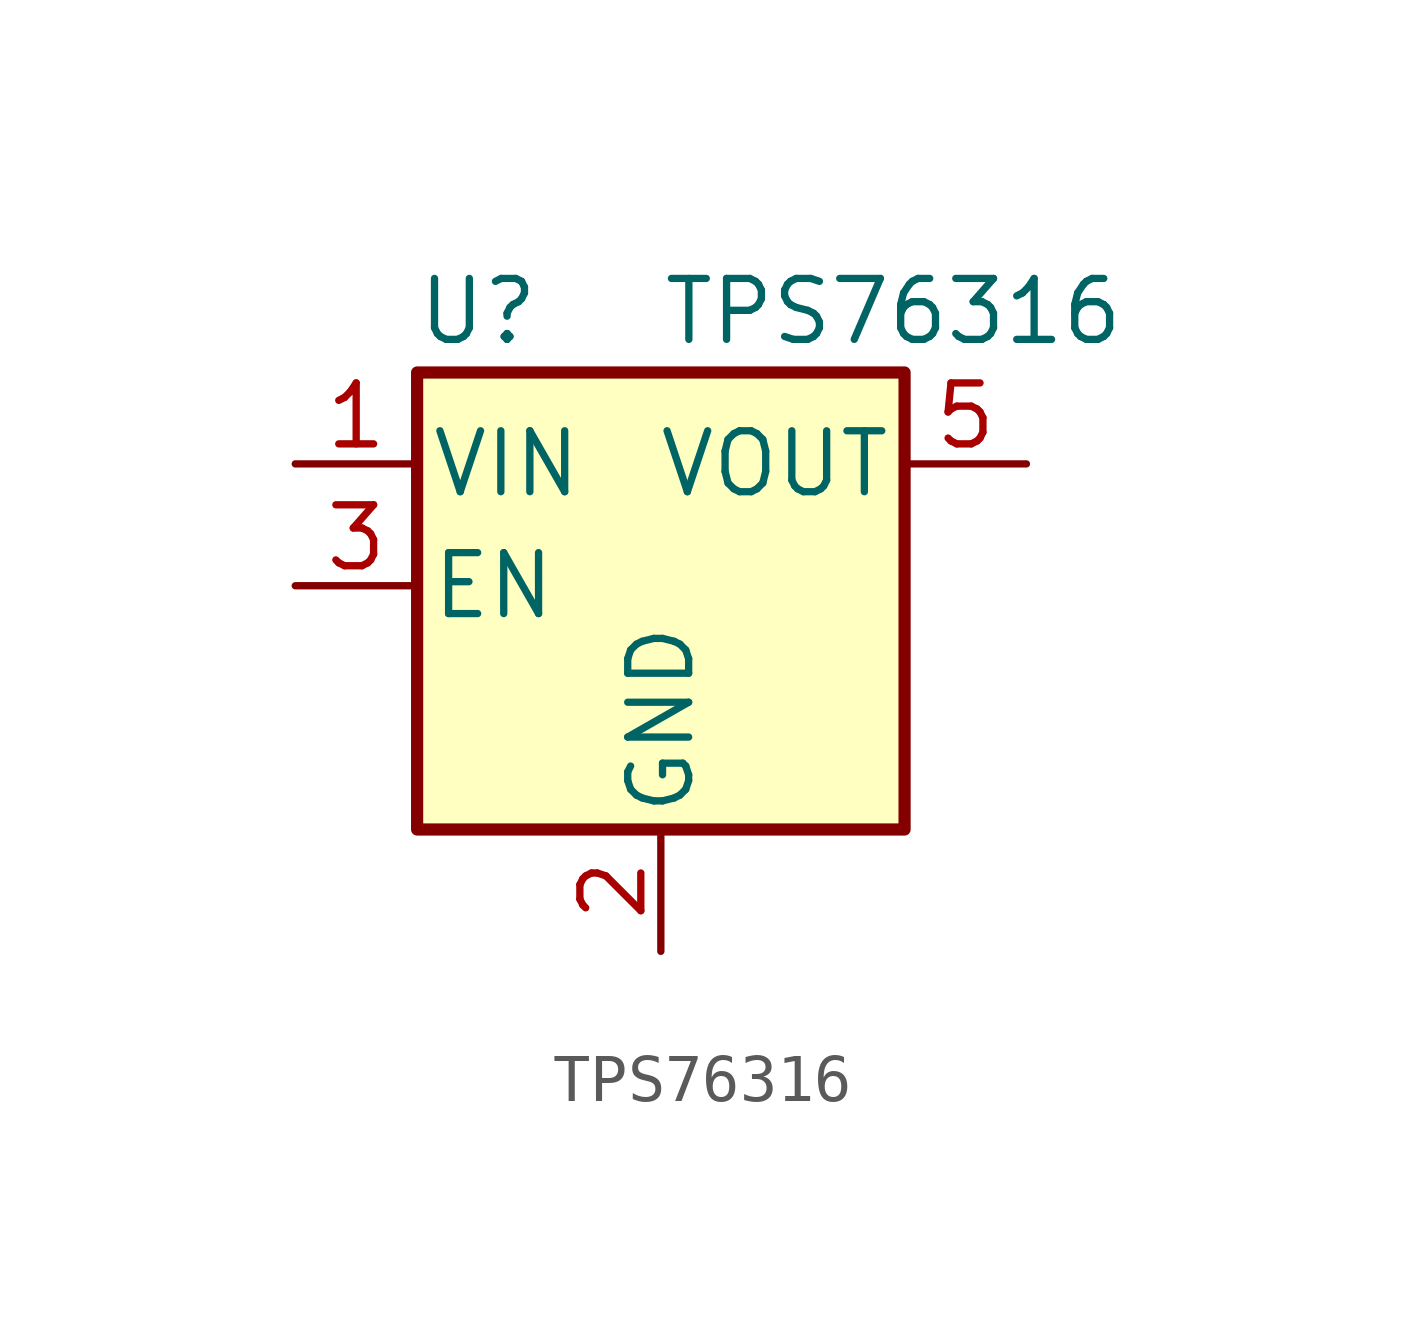
<source format=kicad_sym>
(kicad_symbol_lib
  (version 20241209)
  (generator "kicad_symbol_editor")
  (generator_version "9.0")
  (symbol "TPS76316"
    (pin_names
      (offset 0.254))
    (property "Reference" "U"
      (at -3.81 5.715 0)
      (effects (font (size 1.27 1.27))))
    (property "Value" "TPS76316"
      (at 0 5.715 0)
      (effects (font (size 1.27 1.27)) (justify left)))
    (symbol "TPS76316_0_1"
      (rectangle (start -5.08 4.445) (end 5.08 -5.08) (stroke (width 0.254) (type default)) (fill (type background))))
    (symbol "TPS76316_1_1"
      (pin input line (at -7.62 2.54 0) (length 2.54) (name "VIN" (effects (font (size 1.27 1.27)))) (number "1" (effects (font (size 1.27 1.27)))))
      (pin input line (at -7.62 0 0) (length 2.54) (name "EN" (effects (font (size 1.27 1.27)))) (number "3" (effects (font (size 1.27 1.27)))))
      (pin power_in line (at 0 -7.62 90) (length 2.54) (name "GND" (effects (font (size 1.27 1.27)))) (number "2" (effects (font (size 1.27 1.27)))))
      (pin no_connect line (at 5.08 0 180) (length 2.54) (hide yes) (name "NC" (effects (font (size 1.27 1.27)))) (number "4" (effects (font (size 1.27 1.27)))))
      (pin power_out line (at 7.62 2.54 180) (length 2.54) (name "VOUT" (effects (font (size 1.27 1.27)))) (number "5" (effects (font (size 1.27 1.27))))))))
</source>
